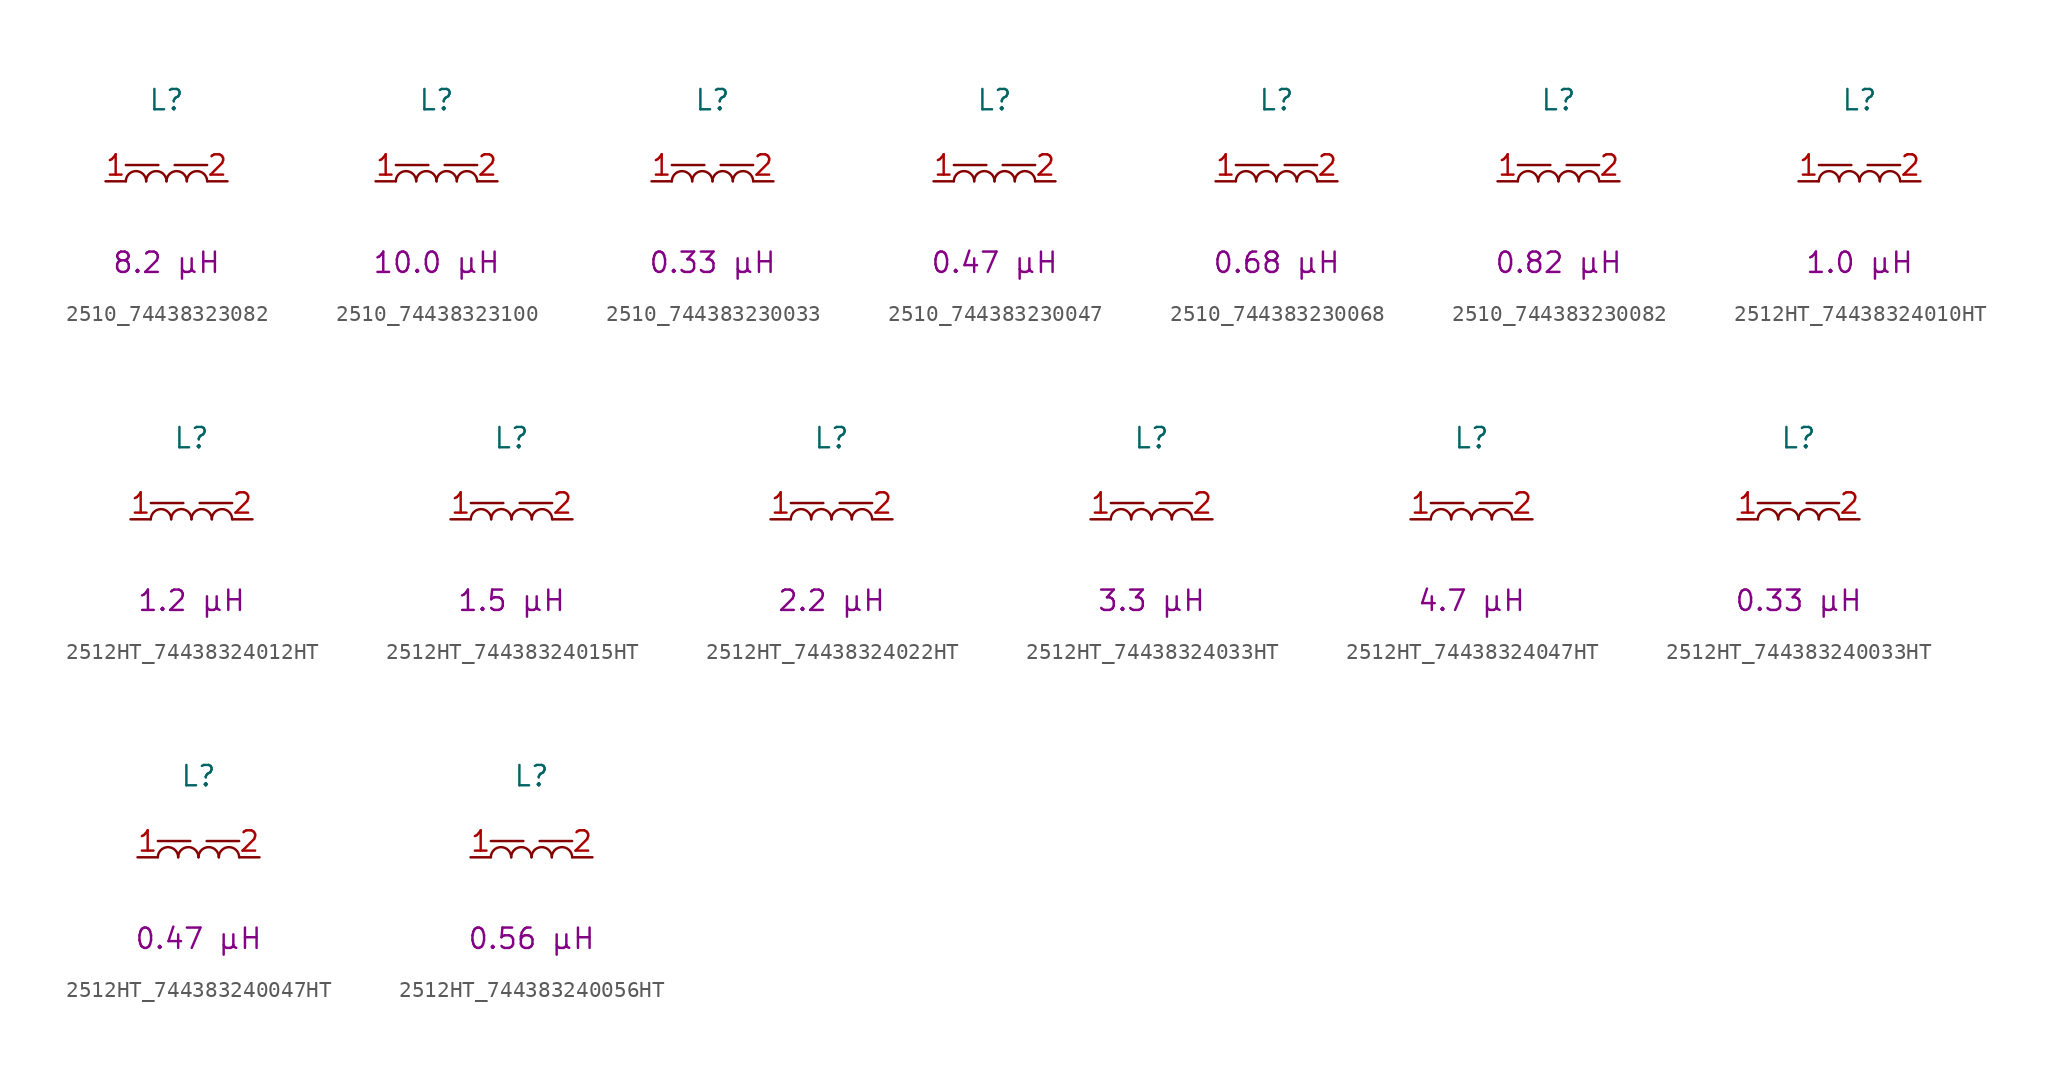
<source format=kicad_sym>
(kicad_symbol_lib
  (version 20220914)
  (generator kicad_symbol_editor)
  (symbol "2510_74438323082"
    (pin_names hide)
    (property "Reference" "L"
      (at 0 5.08 0)
      (effects (font (size 1.27 1.27))))
    (property "Critical Parameter" "8.2 µH"
      (at 0 -5.08 0)
      (effects (font (size 1.27 1.27))))
    (symbol "2510_74438323082_0_1"
      (arc (start -1.27 0) (mid -1.905 0.6323) (end -2.54 0) (stroke (width 0) (type default)) (fill (type none)))
      (arc (start 0 0) (mid -0.635 0.6323) (end -1.27 0) (stroke (width 0) (type default)) (fill (type none)))
      (polyline (pts (xy -2.54 1.016) (xy -0.508 1.016)) (stroke (width 0) (type default)) (fill (type none)))
      (arc (start 1.27 0) (mid 0.635 0.6323) (end 0 0) (stroke (width 0) (type default)) (fill (type none)))
      (arc (start 2.54 0) (mid 1.905 0.6323) (end 1.27 0) (stroke (width 0) (type default)) (fill (type none))))
    (symbol "2510_74438323082_1_1"
      (polyline (pts (xy 2.54 1.016) (xy 0.508 1.016)) (stroke (width 0) (type default)) (fill (type none)))
      (pin passive line (at -3.81 0 0) (length 1.27) (name "1" (effects (font (size 1.27 1.27)))) (number "1" (effects (font (size 1.27 1.27)))))
      (pin passive line (at 3.81 0 180) (length 1.27) (name "2" (effects (font (size 1.27 1.27)))) (number "2" (effects (font (size 1.27 1.27)))))))
  (symbol "2510_74438323100"
    (pin_names hide)
    (property "Reference" "L"
      (at 0 5.08 0)
      (effects (font (size 1.27 1.27))))
    (property "Critical Parameter" "10.0 µH"
      (at 0 -5.08 0)
      (effects (font (size 1.27 1.27))))
    (symbol "2510_74438323100_0_1"
      (arc (start -1.27 0) (mid -1.905 0.6323) (end -2.54 0) (stroke (width 0) (type default)) (fill (type none)))
      (arc (start 0 0) (mid -0.635 0.6323) (end -1.27 0) (stroke (width 0) (type default)) (fill (type none)))
      (polyline (pts (xy -2.54 1.016) (xy -0.508 1.016)) (stroke (width 0) (type default)) (fill (type none)))
      (arc (start 1.27 0) (mid 0.635 0.6323) (end 0 0) (stroke (width 0) (type default)) (fill (type none)))
      (arc (start 2.54 0) (mid 1.905 0.6323) (end 1.27 0) (stroke (width 0) (type default)) (fill (type none))))
    (symbol "2510_74438323100_1_1"
      (polyline (pts (xy 2.54 1.016) (xy 0.508 1.016)) (stroke (width 0) (type default)) (fill (type none)))
      (pin passive line (at -3.81 0 0) (length 1.27) (name "1" (effects (font (size 1.27 1.27)))) (number "1" (effects (font (size 1.27 1.27)))))
      (pin passive line (at 3.81 0 180) (length 1.27) (name "2" (effects (font (size 1.27 1.27)))) (number "2" (effects (font (size 1.27 1.27)))))))
  (symbol "2510_744383230033"
    (pin_names hide)
    (property "Reference" "L"
      (at 0 5.08 0)
      (effects (font (size 1.27 1.27))))
    (property "Critical Parameter" "0.33 µH"
      (at 0 -5.08 0)
      (effects (font (size 1.27 1.27))))
    (symbol "2510_744383230033_0_1"
      (arc (start -1.27 0) (mid -1.905 0.6323) (end -2.54 0) (stroke (width 0) (type default)) (fill (type none)))
      (arc (start 0 0) (mid -0.635 0.6323) (end -1.27 0) (stroke (width 0) (type default)) (fill (type none)))
      (polyline (pts (xy -2.54 1.016) (xy -0.508 1.016)) (stroke (width 0) (type default)) (fill (type none)))
      (arc (start 1.27 0) (mid 0.635 0.6323) (end 0 0) (stroke (width 0) (type default)) (fill (type none)))
      (arc (start 2.54 0) (mid 1.905 0.6323) (end 1.27 0) (stroke (width 0) (type default)) (fill (type none))))
    (symbol "2510_744383230033_1_1"
      (polyline (pts (xy 2.54 1.016) (xy 0.508 1.016)) (stroke (width 0) (type default)) (fill (type none)))
      (pin passive line (at -3.81 0 0) (length 1.27) (name "1" (effects (font (size 1.27 1.27)))) (number "1" (effects (font (size 1.27 1.27)))))
      (pin passive line (at 3.81 0 180) (length 1.27) (name "2" (effects (font (size 1.27 1.27)))) (number "2" (effects (font (size 1.27 1.27)))))))
  (symbol "2510_744383230047"
    (pin_names hide)
    (property "Reference" "L"
      (at 0 5.08 0)
      (effects (font (size 1.27 1.27))))
    (property "Critical Parameter" "0.47 µH"
      (at 0 -5.08 0)
      (effects (font (size 1.27 1.27))))
    (symbol "2510_744383230047_0_1"
      (arc (start -1.27 0) (mid -1.905 0.6323) (end -2.54 0) (stroke (width 0) (type default)) (fill (type none)))
      (arc (start 0 0) (mid -0.635 0.6323) (end -1.27 0) (stroke (width 0) (type default)) (fill (type none)))
      (polyline (pts (xy -2.54 1.016) (xy -0.508 1.016)) (stroke (width 0) (type default)) (fill (type none)))
      (arc (start 1.27 0) (mid 0.635 0.6323) (end 0 0) (stroke (width 0) (type default)) (fill (type none)))
      (arc (start 2.54 0) (mid 1.905 0.6323) (end 1.27 0) (stroke (width 0) (type default)) (fill (type none))))
    (symbol "2510_744383230047_1_1"
      (polyline (pts (xy 2.54 1.016) (xy 0.508 1.016)) (stroke (width 0) (type default)) (fill (type none)))
      (pin passive line (at -3.81 0 0) (length 1.27) (name "1" (effects (font (size 1.27 1.27)))) (number "1" (effects (font (size 1.27 1.27)))))
      (pin passive line (at 3.81 0 180) (length 1.27) (name "2" (effects (font (size 1.27 1.27)))) (number "2" (effects (font (size 1.27 1.27)))))))
  (symbol "2510_744383230068"
    (pin_names hide)
    (property "Reference" "L"
      (at 0 5.08 0)
      (effects (font (size 1.27 1.27))))
    (property "Critical Parameter" "0.68 µH"
      (at 0 -5.08 0)
      (effects (font (size 1.27 1.27))))
    (symbol "2510_744383230068_0_1"
      (arc (start -1.27 0) (mid -1.905 0.6323) (end -2.54 0) (stroke (width 0) (type default)) (fill (type none)))
      (arc (start 0 0) (mid -0.635 0.6323) (end -1.27 0) (stroke (width 0) (type default)) (fill (type none)))
      (polyline (pts (xy -2.54 1.016) (xy -0.508 1.016)) (stroke (width 0) (type default)) (fill (type none)))
      (arc (start 1.27 0) (mid 0.635 0.6323) (end 0 0) (stroke (width 0) (type default)) (fill (type none)))
      (arc (start 2.54 0) (mid 1.905 0.6323) (end 1.27 0) (stroke (width 0) (type default)) (fill (type none))))
    (symbol "2510_744383230068_1_1"
      (polyline (pts (xy 2.54 1.016) (xy 0.508 1.016)) (stroke (width 0) (type default)) (fill (type none)))
      (pin passive line (at -3.81 0 0) (length 1.27) (name "1" (effects (font (size 1.27 1.27)))) (number "1" (effects (font (size 1.27 1.27)))))
      (pin passive line (at 3.81 0 180) (length 1.27) (name "2" (effects (font (size 1.27 1.27)))) (number "2" (effects (font (size 1.27 1.27)))))))
  (symbol "2510_744383230082"
    (pin_names hide)
    (property "Reference" "L"
      (at 0 5.08 0)
      (effects (font (size 1.27 1.27))))
    (property "Critical Parameter" "0.82 µH"
      (at 0 -5.08 0)
      (effects (font (size 1.27 1.27))))
    (symbol "2510_744383230082_0_1"
      (arc (start -1.27 0) (mid -1.905 0.6323) (end -2.54 0) (stroke (width 0) (type default)) (fill (type none)))
      (arc (start 0 0) (mid -0.635 0.6323) (end -1.27 0) (stroke (width 0) (type default)) (fill (type none)))
      (polyline (pts (xy -2.54 1.016) (xy -0.508 1.016)) (stroke (width 0) (type default)) (fill (type none)))
      (arc (start 1.27 0) (mid 0.635 0.6323) (end 0 0) (stroke (width 0) (type default)) (fill (type none)))
      (arc (start 2.54 0) (mid 1.905 0.6323) (end 1.27 0) (stroke (width 0) (type default)) (fill (type none))))
    (symbol "2510_744383230082_1_1"
      (polyline (pts (xy 2.54 1.016) (xy 0.508 1.016)) (stroke (width 0) (type default)) (fill (type none)))
      (pin passive line (at -3.81 0 0) (length 1.27) (name "1" (effects (font (size 1.27 1.27)))) (number "1" (effects (font (size 1.27 1.27)))))
      (pin passive line (at 3.81 0 180) (length 1.27) (name "2" (effects (font (size 1.27 1.27)))) (number "2" (effects (font (size 1.27 1.27)))))))
  (symbol "2512HT_74438324010HT"
    (pin_names hide)
    (property "Reference" "L"
      (at 0 5.08 0)
      (effects (font (size 1.27 1.27))))
    (property "Critical Parameter" "1.0 µH"
      (at 0 -5.08 0)
      (effects (font (size 1.27 1.27))))
    (symbol "2512HT_74438324010HT_0_1"
      (arc (start -1.27 0) (mid -1.905 0.6323) (end -2.54 0) (stroke (width 0) (type default)) (fill (type none)))
      (arc (start 0 0) (mid -0.635 0.6323) (end -1.27 0) (stroke (width 0) (type default)) (fill (type none)))
      (polyline (pts (xy -2.54 1.016) (xy -0.508 1.016)) (stroke (width 0) (type default)) (fill (type none)))
      (arc (start 1.27 0) (mid 0.635 0.6323) (end 0 0) (stroke (width 0) (type default)) (fill (type none)))
      (arc (start 2.54 0) (mid 1.905 0.6323) (end 1.27 0) (stroke (width 0) (type default)) (fill (type none))))
    (symbol "2512HT_74438324010HT_1_1"
      (polyline (pts (xy 2.54 1.016) (xy 0.508 1.016)) (stroke (width 0) (type default)) (fill (type none)))
      (pin passive line (at -3.81 0 0) (length 1.27) (name "1" (effects (font (size 1.27 1.27)))) (number "1" (effects (font (size 1.27 1.27)))))
      (pin passive line (at 3.81 0 180) (length 1.27) (name "2" (effects (font (size 1.27 1.27)))) (number "2" (effects (font (size 1.27 1.27)))))))
  (symbol "2512HT_74438324012HT"
    (pin_names hide)
    (property "Reference" "L"
      (at 0 5.08 0)
      (effects (font (size 1.27 1.27))))
    (property "Critical Parameter" "1.2 µH"
      (at 0 -5.08 0)
      (effects (font (size 1.27 1.27))))
    (symbol "2512HT_74438324012HT_0_1"
      (arc (start -1.27 0) (mid -1.905 0.6323) (end -2.54 0) (stroke (width 0) (type default)) (fill (type none)))
      (arc (start 0 0) (mid -0.635 0.6323) (end -1.27 0) (stroke (width 0) (type default)) (fill (type none)))
      (polyline (pts (xy -2.54 1.016) (xy -0.508 1.016)) (stroke (width 0) (type default)) (fill (type none)))
      (arc (start 1.27 0) (mid 0.635 0.6323) (end 0 0) (stroke (width 0) (type default)) (fill (type none)))
      (arc (start 2.54 0) (mid 1.905 0.6323) (end 1.27 0) (stroke (width 0) (type default)) (fill (type none))))
    (symbol "2512HT_74438324012HT_1_1"
      (polyline (pts (xy 2.54 1.016) (xy 0.508 1.016)) (stroke (width 0) (type default)) (fill (type none)))
      (pin passive line (at -3.81 0 0) (length 1.27) (name "1" (effects (font (size 1.27 1.27)))) (number "1" (effects (font (size 1.27 1.27)))))
      (pin passive line (at 3.81 0 180) (length 1.27) (name "2" (effects (font (size 1.27 1.27)))) (number "2" (effects (font (size 1.27 1.27)))))))
  (symbol "2512HT_74438324015HT"
    (pin_names hide)
    (property "Reference" "L"
      (at 0 5.08 0)
      (effects (font (size 1.27 1.27))))
    (property "Critical Parameter" "1.5 µH"
      (at 0 -5.08 0)
      (effects (font (size 1.27 1.27))))
    (symbol "2512HT_74438324015HT_0_1"
      (arc (start -1.27 0) (mid -1.905 0.6323) (end -2.54 0) (stroke (width 0) (type default)) (fill (type none)))
      (arc (start 0 0) (mid -0.635 0.6323) (end -1.27 0) (stroke (width 0) (type default)) (fill (type none)))
      (polyline (pts (xy -2.54 1.016) (xy -0.508 1.016)) (stroke (width 0) (type default)) (fill (type none)))
      (arc (start 1.27 0) (mid 0.635 0.6323) (end 0 0) (stroke (width 0) (type default)) (fill (type none)))
      (arc (start 2.54 0) (mid 1.905 0.6323) (end 1.27 0) (stroke (width 0) (type default)) (fill (type none))))
    (symbol "2512HT_74438324015HT_1_1"
      (polyline (pts (xy 2.54 1.016) (xy 0.508 1.016)) (stroke (width 0) (type default)) (fill (type none)))
      (pin passive line (at -3.81 0 0) (length 1.27) (name "1" (effects (font (size 1.27 1.27)))) (number "1" (effects (font (size 1.27 1.27)))))
      (pin passive line (at 3.81 0 180) (length 1.27) (name "2" (effects (font (size 1.27 1.27)))) (number "2" (effects (font (size 1.27 1.27)))))))
  (symbol "2512HT_74438324022HT"
    (pin_names hide)
    (property "Reference" "L"
      (at 0 5.08 0)
      (effects (font (size 1.27 1.27))))
    (property "Critical Parameter" "2.2 µH"
      (at 0 -5.08 0)
      (effects (font (size 1.27 1.27))))
    (symbol "2512HT_74438324022HT_0_1"
      (arc (start -1.27 0) (mid -1.905 0.6323) (end -2.54 0) (stroke (width 0) (type default)) (fill (type none)))
      (arc (start 0 0) (mid -0.635 0.6323) (end -1.27 0) (stroke (width 0) (type default)) (fill (type none)))
      (polyline (pts (xy -2.54 1.016) (xy -0.508 1.016)) (stroke (width 0) (type default)) (fill (type none)))
      (arc (start 1.27 0) (mid 0.635 0.6323) (end 0 0) (stroke (width 0) (type default)) (fill (type none)))
      (arc (start 2.54 0) (mid 1.905 0.6323) (end 1.27 0) (stroke (width 0) (type default)) (fill (type none))))
    (symbol "2512HT_74438324022HT_1_1"
      (polyline (pts (xy 2.54 1.016) (xy 0.508 1.016)) (stroke (width 0) (type default)) (fill (type none)))
      (pin passive line (at -3.81 0 0) (length 1.27) (name "1" (effects (font (size 1.27 1.27)))) (number "1" (effects (font (size 1.27 1.27)))))
      (pin passive line (at 3.81 0 180) (length 1.27) (name "2" (effects (font (size 1.27 1.27)))) (number "2" (effects (font (size 1.27 1.27)))))))
  (symbol "2512HT_74438324033HT"
    (pin_names hide)
    (property "Reference" "L"
      (at 0 5.08 0)
      (effects (font (size 1.27 1.27))))
    (property "Critical Parameter" "3.3 µH"
      (at 0 -5.08 0)
      (effects (font (size 1.27 1.27))))
    (symbol "2512HT_74438324033HT_0_1"
      (arc (start -1.27 0) (mid -1.905 0.6323) (end -2.54 0) (stroke (width 0) (type default)) (fill (type none)))
      (arc (start 0 0) (mid -0.635 0.6323) (end -1.27 0) (stroke (width 0) (type default)) (fill (type none)))
      (polyline (pts (xy -2.54 1.016) (xy -0.508 1.016)) (stroke (width 0) (type default)) (fill (type none)))
      (arc (start 1.27 0) (mid 0.635 0.6323) (end 0 0) (stroke (width 0) (type default)) (fill (type none)))
      (arc (start 2.54 0) (mid 1.905 0.6323) (end 1.27 0) (stroke (width 0) (type default)) (fill (type none))))
    (symbol "2512HT_74438324033HT_1_1"
      (polyline (pts (xy 2.54 1.016) (xy 0.508 1.016)) (stroke (width 0) (type default)) (fill (type none)))
      (pin passive line (at -3.81 0 0) (length 1.27) (name "1" (effects (font (size 1.27 1.27)))) (number "1" (effects (font (size 1.27 1.27)))))
      (pin passive line (at 3.81 0 180) (length 1.27) (name "2" (effects (font (size 1.27 1.27)))) (number "2" (effects (font (size 1.27 1.27)))))))
  (symbol "2512HT_74438324047HT"
    (pin_names hide)
    (property "Reference" "L"
      (at 0 5.08 0)
      (effects (font (size 1.27 1.27))))
    (property "Critical Parameter" "4.7 µH"
      (at 0 -5.08 0)
      (effects (font (size 1.27 1.27))))
    (symbol "2512HT_74438324047HT_0_1"
      (arc (start -1.27 0) (mid -1.905 0.6323) (end -2.54 0) (stroke (width 0) (type default)) (fill (type none)))
      (arc (start 0 0) (mid -0.635 0.6323) (end -1.27 0) (stroke (width 0) (type default)) (fill (type none)))
      (polyline (pts (xy -2.54 1.016) (xy -0.508 1.016)) (stroke (width 0) (type default)) (fill (type none)))
      (arc (start 1.27 0) (mid 0.635 0.6323) (end 0 0) (stroke (width 0) (type default)) (fill (type none)))
      (arc (start 2.54 0) (mid 1.905 0.6323) (end 1.27 0) (stroke (width 0) (type default)) (fill (type none))))
    (symbol "2512HT_74438324047HT_1_1"
      (polyline (pts (xy 2.54 1.016) (xy 0.508 1.016)) (stroke (width 0) (type default)) (fill (type none)))
      (pin passive line (at -3.81 0 0) (length 1.27) (name "1" (effects (font (size 1.27 1.27)))) (number "1" (effects (font (size 1.27 1.27)))))
      (pin passive line (at 3.81 0 180) (length 1.27) (name "2" (effects (font (size 1.27 1.27)))) (number "2" (effects (font (size 1.27 1.27)))))))
  (symbol "2512HT_744383240033HT"
    (pin_names hide)
    (property "Reference" "L"
      (at 0 5.08 0)
      (effects (font (size 1.27 1.27))))
    (property "Critical Parameter" "0.33 µH"
      (at 0 -5.08 0)
      (effects (font (size 1.27 1.27))))
    (symbol "2512HT_744383240033HT_0_1"
      (arc (start -1.27 0) (mid -1.905 0.6323) (end -2.54 0) (stroke (width 0) (type default)) (fill (type none)))
      (arc (start 0 0) (mid -0.635 0.6323) (end -1.27 0) (stroke (width 0) (type default)) (fill (type none)))
      (polyline (pts (xy -2.54 1.016) (xy -0.508 1.016)) (stroke (width 0) (type default)) (fill (type none)))
      (arc (start 1.27 0) (mid 0.635 0.6323) (end 0 0) (stroke (width 0) (type default)) (fill (type none)))
      (arc (start 2.54 0) (mid 1.905 0.6323) (end 1.27 0) (stroke (width 0) (type default)) (fill (type none))))
    (symbol "2512HT_744383240033HT_1_1"
      (polyline (pts (xy 2.54 1.016) (xy 0.508 1.016)) (stroke (width 0) (type default)) (fill (type none)))
      (pin passive line (at -3.81 0 0) (length 1.27) (name "1" (effects (font (size 1.27 1.27)))) (number "1" (effects (font (size 1.27 1.27)))))
      (pin passive line (at 3.81 0 180) (length 1.27) (name "2" (effects (font (size 1.27 1.27)))) (number "2" (effects (font (size 1.27 1.27)))))))
  (symbol "2512HT_744383240047HT"
    (pin_names hide)
    (property "Reference" "L"
      (at 0 5.08 0)
      (effects (font (size 1.27 1.27))))
    (property "Critical Parameter" "0.47 µH"
      (at 0 -5.08 0)
      (effects (font (size 1.27 1.27))))
    (symbol "2512HT_744383240047HT_0_1"
      (arc (start -1.27 0) (mid -1.905 0.6323) (end -2.54 0) (stroke (width 0) (type default)) (fill (type none)))
      (arc (start 0 0) (mid -0.635 0.6323) (end -1.27 0) (stroke (width 0) (type default)) (fill (type none)))
      (polyline (pts (xy -2.54 1.016) (xy -0.508 1.016)) (stroke (width 0) (type default)) (fill (type none)))
      (arc (start 1.27 0) (mid 0.635 0.6323) (end 0 0) (stroke (width 0) (type default)) (fill (type none)))
      (arc (start 2.54 0) (mid 1.905 0.6323) (end 1.27 0) (stroke (width 0) (type default)) (fill (type none))))
    (symbol "2512HT_744383240047HT_1_1"
      (polyline (pts (xy 2.54 1.016) (xy 0.508 1.016)) (stroke (width 0) (type default)) (fill (type none)))
      (pin passive line (at -3.81 0 0) (length 1.27) (name "1" (effects (font (size 1.27 1.27)))) (number "1" (effects (font (size 1.27 1.27)))))
      (pin passive line (at 3.81 0 180) (length 1.27) (name "2" (effects (font (size 1.27 1.27)))) (number "2" (effects (font (size 1.27 1.27)))))))
  (symbol "2512HT_744383240056HT"
    (pin_names hide)
    (property "Reference" "L"
      (at 0 5.08 0)
      (effects (font (size 1.27 1.27))))
    (property "Critical Parameter" "0.56 µH"
      (at 0 -5.08 0)
      (effects (font (size 1.27 1.27))))
    (symbol "2512HT_744383240056HT_0_1"
      (arc (start -1.27 0) (mid -1.905 0.6323) (end -2.54 0) (stroke (width 0) (type default)) (fill (type none)))
      (arc (start 0 0) (mid -0.635 0.6323) (end -1.27 0) (stroke (width 0) (type default)) (fill (type none)))
      (polyline (pts (xy -2.54 1.016) (xy -0.508 1.016)) (stroke (width 0) (type default)) (fill (type none)))
      (arc (start 1.27 0) (mid 0.635 0.6323) (end 0 0) (stroke (width 0) (type default)) (fill (type none)))
      (arc (start 2.54 0) (mid 1.905 0.6323) (end 1.27 0) (stroke (width 0) (type default)) (fill (type none))))
    (symbol "2512HT_744383240056HT_1_1"
      (polyline (pts (xy 2.54 1.016) (xy 0.508 1.016)) (stroke (width 0) (type default)) (fill (type none)))
      (pin passive line (at -3.81 0 0) (length 1.27) (name "1" (effects (font (size 1.27 1.27)))) (number "1" (effects (font (size 1.27 1.27)))))
      (pin passive line (at 3.81 0 180) (length 1.27) (name "2" (effects (font (size 1.27 1.27)))) (number "2" (effects (font (size 1.27 1.27))))))))
</source>
